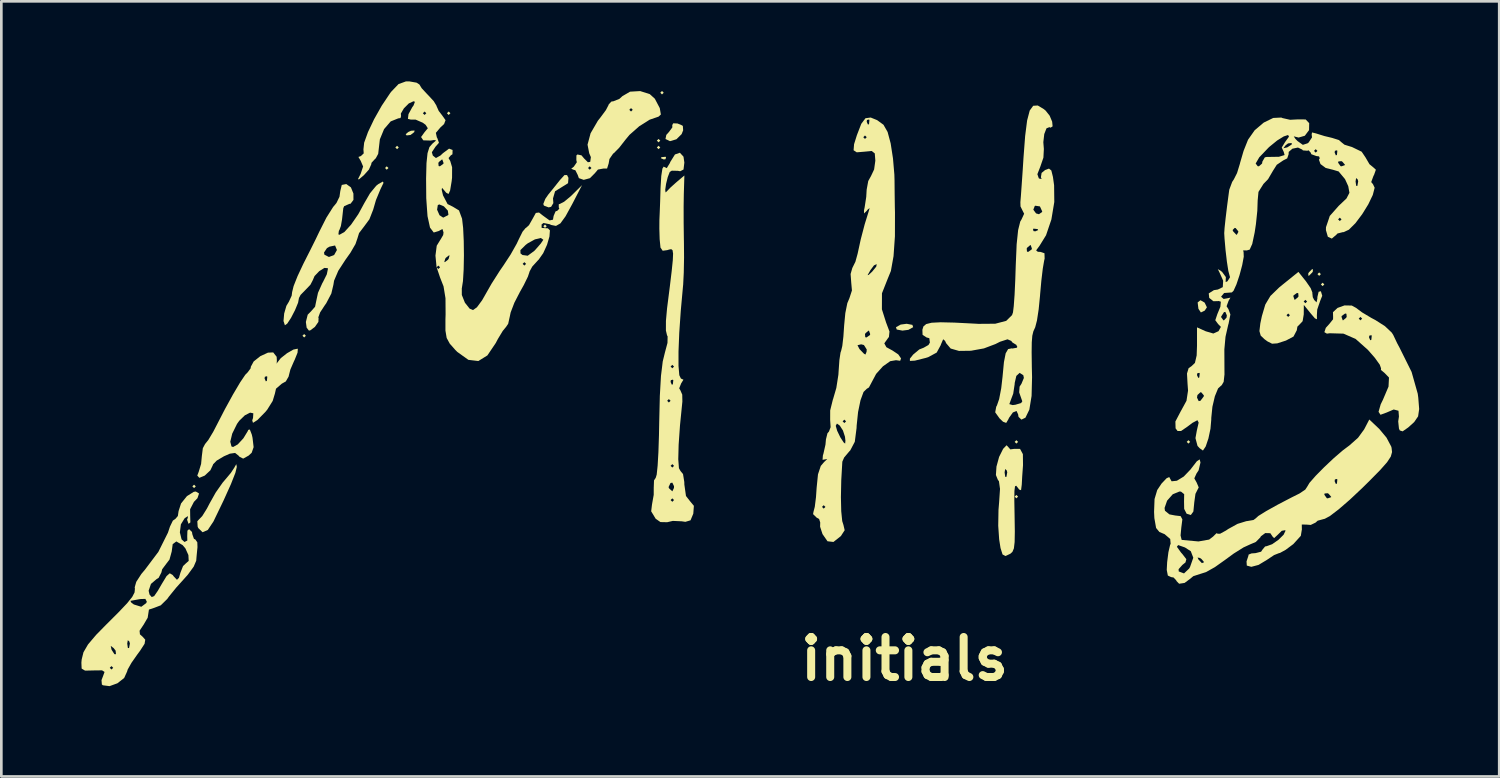
<source format=kicad_pcb>
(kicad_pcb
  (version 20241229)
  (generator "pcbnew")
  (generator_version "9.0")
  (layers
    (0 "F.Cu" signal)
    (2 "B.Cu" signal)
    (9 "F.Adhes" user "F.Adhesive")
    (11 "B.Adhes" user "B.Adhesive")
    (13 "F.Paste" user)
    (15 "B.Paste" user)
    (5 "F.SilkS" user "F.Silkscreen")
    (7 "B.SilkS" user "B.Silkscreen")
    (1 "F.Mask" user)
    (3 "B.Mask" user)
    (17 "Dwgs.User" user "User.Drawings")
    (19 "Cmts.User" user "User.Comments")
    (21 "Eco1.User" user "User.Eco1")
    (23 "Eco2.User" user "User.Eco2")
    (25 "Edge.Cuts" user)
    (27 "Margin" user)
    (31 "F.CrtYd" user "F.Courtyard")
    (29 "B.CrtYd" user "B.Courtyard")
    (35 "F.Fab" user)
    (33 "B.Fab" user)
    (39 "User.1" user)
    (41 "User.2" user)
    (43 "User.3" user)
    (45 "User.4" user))
  (footprint "initials"
    (layer "F.Cu")
    (at 30.847 11.392)
    (property "Reference" "initials" (at 0 10.25 0) (layer "F.SilkS") (effects (font (size 1.5 1.5) (thickness 0.3))))
    (attr board_only exclude_from_pos_files exclude_from_bom)
    (fp_poly (pts (xy -26.56 3.784) (xy -26.625 3.848) (xy -26.689 3.784) (xy -26.625 3.72)) (stroke (width 0) (type solid)) (fill yes) (layer "F.SilkS"))
    (fp_poly (pts (xy -22.435 -1.86) (xy -22.499 -1.796) (xy -22.563 -1.86) (xy -22.499 -1.924)) (stroke (width 0) (type solid)) (fill yes) (layer "F.SilkS"))
    (fp_poly (pts (xy -19.34 -8.146) (xy -19.405 -8.082) (xy -19.469 -8.146) (xy -19.405 -8.21)) (stroke (width 0) (type solid)) (fill yes) (layer "F.SilkS"))
    (fp_poly (pts (xy -18.953 -8.916) (xy -19.018 -8.852) (xy -19.082 -8.916) (xy -19.018 -8.98)) (stroke (width 0) (type solid)) (fill yes) (layer "F.SilkS"))
    (fp_poly (pts (xy -17.019 -10.198) (xy -17.084 -10.134) (xy -17.148 -10.198) (xy -17.084 -10.263)) (stroke (width 0) (type solid)) (fill yes) (layer "F.SilkS"))
    (fp_poly (pts (xy -13.409 -5.965) (xy -13.474 -5.901) (xy -13.538 -5.965) (xy -13.474 -6.029)) (stroke (width 0) (type solid)) (fill yes) (layer "F.SilkS"))
    (fp_poly (pts (xy -9.154 -9.172) (xy -9.219 -9.108) (xy -9.283 -9.172) (xy -9.219 -9.236)) (stroke (width 0) (type solid)) (fill yes) (layer "F.SilkS"))
    (fp_poly (pts (xy -9.154 -8.916) (xy -9.219 -8.852) (xy -9.283 -8.916) (xy -9.219 -8.98)) (stroke (width 0) (type solid)) (fill yes) (layer "F.SilkS"))
    (fp_poly (pts (xy -9.025 -10.968) (xy -9.09 -10.904) (xy -9.154 -10.968) (xy -9.09 -11.032)) (stroke (width 0) (type solid)) (fill yes) (layer "F.SilkS"))
    (fp_poly (pts (xy 4.255 2.117) (xy 4.19 2.181) (xy 4.126 2.117) (xy 4.19 2.053)) (stroke (width 0) (type solid)) (fill yes) (layer "F.SilkS"))
    (fp_poly (pts (xy 4.255 4.169) (xy 4.19 4.233) (xy 4.126 4.169) (xy 4.19 4.105)) (stroke (width 0) (type solid)) (fill yes) (layer "F.SilkS"))
    (fp_poly (pts (xy 10.702 2.117) (xy 10.637 2.181) (xy 10.573 2.117) (xy 10.637 2.053)) (stroke (width 0) (type solid)) (fill yes) (layer "F.SilkS"))
    (fp_poly (pts (xy 15.601 -4.169) (xy 15.537 -4.105) (xy 15.472 -4.169) (xy 15.537 -4.233)) (stroke (width 0) (type solid)) (fill yes) (layer "F.SilkS"))
    (fp_poly (pts (xy 15.73 -3.784) (xy 15.665 -3.72) (xy 15.601 -3.784) (xy 15.665 -3.848)) (stroke (width 0) (type solid)) (fill yes) (layer "F.SilkS"))
    (fp_poly (pts (xy -8.939 -8.552) (xy -8.957 -8.476) (xy -9.025 -8.467) (xy -9.132 -8.514) (xy -9.111 -8.552) (xy -8.958 -8.568)) (stroke (width 0) (type solid)) (fill yes) (layer "F.SilkS"))
    (fp_poly (pts (xy -18.374 -9.491) (xy -18.512 -9.385) (xy -18.66 -9.367) (xy -18.695 -9.415) (xy -18.594 -9.497) (xy -18.495 -9.542) (xy -18.362 -9.551)) (stroke (width 0) (type solid)) (fill yes) (layer "F.SilkS"))
    (fp_poly (pts (xy 11.245 -3.102) (xy 11.33 -2.926) (xy 11.247 -2.801) (xy 11.104 -2.733) (xy 11.012 -2.87) (xy 10.983 -3.109) (xy 11.089 -3.192)) (stroke (width 0) (type solid)) (fill yes) (layer "F.SilkS"))
    (fp_poly (pts (xy 0.294 -2.268) (xy 0.322 -2.181) (xy 0.145 -2.082) (xy -0.08 -2.053) (xy -0.294 -2.094) (xy -0.322 -2.181) (xy -0.145 -2.279) (xy 0.08 -2.309)) (stroke (width 0) (type solid)) (fill yes) (layer "F.SilkS"))
    (fp_poly (pts (xy 15.303 -4.279) (xy 15.279 -4.233) (xy 15.157 -4.111) (xy 15.135 -4.105) (xy 15.126 -4.188) (xy 15.15 -4.233) (xy 15.271 -4.356) (xy 15.294 -4.362)) (stroke (width 0) (type solid)) (fill yes) (layer "F.SilkS"))
    (fp_poly (pts (xy -8.509 -9.815) (xy -8.336 -9.743) (xy -8.308 -9.72) (xy -8.297 -9.559) (xy -8.354 -9.416) (xy -8.55 -9.223) (xy -8.789 -9.152) (xy -8.959 -9.233) (xy -8.928 -9.387) (xy -8.832 -9.493) (xy -8.702 -9.668) (xy -8.705 -9.753) (xy -8.67 -9.821)) (stroke (width 0) (type solid)) (fill yes) (layer "F.SilkS"))
    (fp_poly (pts (xy -12.595 -7.777) (xy -12.61 -7.577) (xy -12.831 -7.439) (xy -13.096 -7.275) (xy -13.174 -7.007) (xy -13.161 -6.831) (xy -13.245 -6.691) (xy -13.339 -6.671) (xy -13.514 -6.737) (xy -13.538 -6.798) (xy -13.463 -6.989) (xy -13.352 -7.15) (xy -13.13 -7.423) (xy -12.922 -7.685) (xy -12.745 -7.881) (xy -12.648 -7.882)) (stroke (width 0) (type solid)) (fill yes) (layer "F.SilkS"))
    (fp_poly (pts (xy -25.023 3.055) (xy -25.077 3.278) (xy -25.246 3.707) (xy -25.523 4.321) (xy -25.898 5.099) (xy -26.111 5.419) (xy -26.307 5.503) (xy -26.467 5.346) (xy -26.49 5.294) (xy -26.503 5.091) (xy -26.446 5.029) (xy -26.318 4.897) (xy -26.14 4.61) (xy -26.047 4.431) (xy -25.813 4.014) (xy -25.552 3.642) (xy -25.473 3.549) (xy -25.245 3.278) (xy -25.105 3.064) (xy -25.101 3.054) (xy -25.042 2.952)) (stroke (width 0) (type solid)) (fill yes) (layer "F.SilkS"))
    (fp_poly (pts (xy 3.868 2.289) (xy 3.963 2.398) (xy 4.111 2.378) (xy 4.328 2.38) (xy 4.434 2.576) (xy 4.439 2.99) (xy 4.437 3.015) (xy 4.408 3.418) (xy 4.392 3.72) (xy 4.365 3.927) (xy 4.292 3.902) (xy 4.255 3.848) (xy 4.183 3.759) (xy 4.139 3.782) (xy 4.117 3.954) (xy 4.113 4.312) (xy 4.123 4.875) (xy 4.132 5.476) (xy 4.125 5.87) (xy 4.097 6.108) (xy 4.041 6.24) (xy 3.964 6.309) (xy 3.783 6.394) (xy 3.672 6.336) (xy 3.596 6.094) (xy 3.545 5.771) (xy 3.51 5.258) (xy 3.52 4.668) (xy 3.544 4.374) (xy 3.577 3.879) (xy 3.537 3.592) (xy 3.496 3.537) (xy 3.423 3.359) (xy 3.43 3.261) (xy 3.749 3.261) (xy 3.773 3.427) (xy 3.817 3.429) (xy 3.848 3.257) (xy 3.827 3.183) (xy 3.77 3.134) (xy 3.749 3.261) (xy 3.43 3.261) (xy 3.444 3.043) (xy 3.543 2.68) (xy 3.694 2.377) (xy 3.823 2.243)) (stroke (width 0) (type solid)) (fill yes) (layer "F.SilkS"))
    (fp_poly (pts (xy -9.548 -10.915) (xy -9.359 -10.744) (xy -9.173 -10.391) (xy -9.132 -10.151) (xy -9.219 -10.071) (xy -9.552 -9.957) (xy -9.947 -9.707) (xy -10.308 -9.388) (xy -10.459 -9.206) (xy -10.69 -8.91) (xy -10.889 -8.707) (xy -10.921 -8.685) (xy -11.059 -8.484) (xy -11.088 -8.318) (xy -11.148 -8.126) (xy -11.28 -8.127) (xy -11.49 -8.088) (xy -11.607 -7.949) (xy -11.791 -7.765) (xy -12.023 -7.702) (xy -12.204 -7.766) (xy -12.249 -7.889) (xy -12.335 -8.061) (xy -12.41 -8.084) (xy -12.491 -8.119) (xy -12.457 -8.146) (xy -11.862 -8.146) (xy -11.797 -8.082) (xy -11.733 -8.146) (xy -11.797 -8.21) (xy -11.862 -8.146) (xy -12.457 -8.146) (xy -12.393 -8.198) (xy -12.281 -8.362) (xy -12.299 -8.443) (xy -12.297 -8.617) (xy -12.259 -8.653) (xy -12.107 -8.621) (xy -12.008 -8.503) (xy -11.866 -8.362) (xy -11.779 -8.378) (xy -11.755 -8.554) (xy -11.816 -8.697) (xy -11.88 -9.021) (xy -11.766 -9.448) (xy -11.493 -9.917) (xy -11.39 -10.048) (xy -11.191 -10.317) (xy -11.186 -10.327) (xy -10.315 -10.327) (xy -10.25 -10.263) (xy -10.186 -10.327) (xy -10.25 -10.391) (xy -10.315 -10.327) (xy -11.186 -10.327) (xy -11.091 -10.51) (xy -11.088 -10.529) (xy -10.985 -10.637) (xy -10.911 -10.647) (xy -10.685 -10.738) (xy -10.573 -10.84) (xy -10.286 -11.007) (xy -9.907 -11.029)) (stroke (width 0) (type solid)) (fill yes) (layer "F.SilkS"))
    (fp_poly (pts (xy 15.043 -3.898) (xy 15.219 -3.643) (xy 15.283 -3.478) (xy 15.28 -3.465) (xy 15.297 -3.305) (xy 15.35 -3.201) (xy 15.439 -3.112) (xy 15.469 -3.253) (xy 15.47 -3.311) (xy 15.517 -3.509) (xy 15.601 -3.528) (xy 15.652 -3.358) (xy 15.575 -3.167) (xy 15.464 -2.843) (xy 15.451 -2.63) (xy 15.454 -2.478) (xy 15.378 -2.512) (xy 15.222 -2.694) (xy 14.962 -3.015) (xy 14.959 -2.662) (xy 14.917 -2.406) (xy 14.827 -2.309) (xy 14.721 -2.202) (xy 14.698 -2.065) (xy 14.575 -1.83) (xy 14.292 -1.68) (xy 13.966 -1.575) (xy 13.772 -1.562) (xy 13.599 -1.649) (xy 13.485 -1.733) (xy 13.346 -1.866) (xy 13.298 -2.035) (xy 13.332 -2.323) (xy 13.39 -2.595) (xy 13.4 -2.63) (xy 14.312 -2.63) (xy 14.376 -2.566) (xy 14.441 -2.63) (xy 14.376 -2.694) (xy 14.312 -2.63) (xy 13.4 -2.63) (xy 13.518 -3.029) (xy 13.585 -3.143) (xy 14.956 -3.143) (xy 15.021 -3.079) (xy 15.085 -3.143) (xy 15.021 -3.207) (xy 14.956 -3.143) (xy 13.585 -3.143) (xy 13.7 -3.335) (xy 14.57 -3.335) (xy 14.614 -3.21) (xy 14.626 -3.207) (xy 14.736 -3.297) (xy 14.763 -3.335) (xy 14.753 -3.454) (xy 14.706 -3.464) (xy 14.575 -3.371) (xy 14.57 -3.335) (xy 13.7 -3.335) (xy 13.71 -3.352) (xy 14.038 -3.67) (xy 14.15 -3.762) (xy 14.759 -4.253)) (stroke (width 0) (type solid)) (fill yes) (layer "F.SilkS"))
    (fp_poly (pts (xy 16.759 -2.992) (xy 16.917 -2.906) (xy 17.141 -2.738) (xy 17.489 -2.53) (xy 17.645 -2.447) (xy 18 -2.221) (xy 18.258 -1.976) (xy 18.314 -1.887) (xy 18.461 -1.577) (xy 18.55 -1.411) (xy 19 -0.505) (xy 19.231 0.313) (xy 19.25 0.456) (xy 19.284 0.886) (xy 19.244 1.16) (xy 19.097 1.375) (xy 18.873 1.577) (xy 18.665 1.722) (xy 18.559 1.689) (xy 18.527 1.621) (xy 18.499 1.349) (xy 18.526 1.167) (xy 18.509 0.95) (xy 18.33 0.903) (xy 18.057 1.02) (xy 17.835 1.101) (xy 17.762 0.99) (xy 17.843 0.708) (xy 17.925 0.541) (xy 18.136 0.045) (xy 18.153 -0.294) (xy 17.987 -0.466) (xy 17.851 -0.58) (xy 17.856 -0.639) (xy 17.807 -0.777) (xy 17.619 -1.038) (xy 17.363 -1.331) (xy 16.901 -1.742) (xy 16.776 -1.796) (xy 17.406 -1.796) (xy 17.453 -1.69) (xy 17.492 -1.71) (xy 17.507 -1.863) (xy 17.492 -1.881) (xy 17.415 -1.864) (xy 17.406 -1.796) (xy 16.776 -1.796) (xy 16.449 -1.939) (xy 15.933 -1.954) (xy 15.827 -1.939) (xy 15.732 -1.994) (xy 15.785 -2.156) (xy 15.922 -2.308) (xy 16.057 -2.477) (xy 16.059 -2.554) (xy 16.059 -2.566) (xy 16.375 -2.566) (xy 16.419 -2.441) (xy 16.431 -2.437) (xy 16.51 -2.502) (xy 17.019 -2.502) (xy 17.084 -2.437) (xy 17.148 -2.502) (xy 17.084 -2.566) (xy 17.019 -2.502) (xy 16.51 -2.502) (xy 16.542 -2.527) (xy 16.568 -2.566) (xy 16.558 -2.684) (xy 16.511 -2.694) (xy 16.38 -2.601) (xy 16.375 -2.566) (xy 16.059 -2.566) (xy 16.054 -2.744) (xy 16.224 -2.903) (xy 16.487 -2.997)) (stroke (width 0) (type solid)) (fill yes) (layer "F.SilkS"))
    (fp_poly (pts (xy -22.736 -1.369) (xy -22.747 -1.226) (xy -22.855 -0.957) (xy -22.876 -0.916) (xy -23.016 -0.594) (xy -23.079 -0.345) (xy -23.079 -0.336) (xy -23.187 -0.148) (xy -23.337 -0.064) (xy -23.554 0.124) (xy -23.595 0.306) (xy -23.678 0.582) (xy -23.885 0.913) (xy -23.961 1.003) (xy -24.251 1.298) (xy -24.417 1.403) (xy -24.445 1.311) (xy -24.415 1.219) (xy -24.404 1.046) (xy -24.525 1.021) (xy -24.722 1.122) (xy -24.932 1.326) (xy -25.015 1.443) (xy -25.195 1.808) (xy -25.268 2.111) (xy -25.223 2.288) (xy -25.162 2.309) (xy -24.987 2.211) (xy -24.776 1.982) (xy -24.615 1.718) (xy -24.595 1.668) (xy -24.535 1.653) (xy -24.46 1.846) (xy -24.434 1.963) (xy -24.393 2.314) (xy -24.466 2.525) (xy -24.579 2.63) (xy -24.784 2.744) (xy -24.923 2.674) (xy -24.956 2.634) (xy -25.087 2.531) (xy -25.283 2.559) (xy -25.504 2.656) (xy -25.777 2.818) (xy -25.913 2.959) (xy -25.916 2.976) (xy -26.013 3.181) (xy -26.226 3.381) (xy -26.427 3.464) (xy -26.504 3.38) (xy -26.451 3.239) (xy -26.361 2.943) (xy -26.333 2.647) (xy -26.296 2.354) (xy -26.213 2.198) (xy -26.089 2.043) (xy -25.907 1.739) (xy -25.803 1.539) (xy -25.474 0.901) (xy -25.165 0.338) (xy -24.9 -0.11) (xy -24.801 -0.257) (xy -23.982 -0.257) (xy -23.935 -0.151) (xy -23.896 -0.171) (xy -23.88 -0.323) (xy -23.896 -0.342) (xy -23.972 -0.324) (xy -23.982 -0.257) (xy -24.801 -0.257) (xy -24.704 -0.4) (xy -24.613 -0.492) (xy -24.505 -0.639) (xy -24.497 -0.701) (xy -24.391 -0.897) (xy -24.142 -1.095) (xy -23.856 -1.227) (xy -23.659 -1.236) (xy -23.53 -1.073) (xy -23.522 -0.938) (xy -23.529 -0.812) (xy -23.504 -0.856) (xy -23.374 -1.022) (xy -23.142 -1.205) (xy -22.901 -1.343) (xy -22.745 -1.375)) (stroke (width 0) (type solid)) (fill yes) (layer "F.SilkS"))
    (fp_poly (pts (xy -19.526 -7.588) (xy -19.641 -7.349) (xy -19.808 -6.946) (xy -19.912 -6.588) (xy -20.054 -6.225) (xy -20.25 -5.959) (xy -20.442 -5.707) (xy -20.501 -5.515) (xy -20.575 -5.298) (xy -20.767 -4.968) (xy -20.952 -4.708) (xy -21.22 -4.295) (xy -21.379 -3.922) (xy -21.403 -3.772) (xy -21.481 -3.442) (xy -21.673 -3.076) (xy -21.72 -3.011) (xy -21.901 -2.735) (xy -21.969 -2.549) (xy -21.959 -2.52) (xy -21.966 -2.379) (xy -22.097 -2.191) (xy -22.269 -2.063) (xy -22.321 -2.053) (xy -22.406 -2.163) (xy -22.435 -2.377) (xy -22.366 -2.65) (xy -22.241 -2.776) (xy -22.09 -2.948) (xy -22.048 -3.154) (xy -21.981 -3.468) (xy -21.819 -3.831) (xy -21.797 -3.868) (xy -21.65 -4.163) (xy -21.608 -4.369) (xy -21.616 -4.393) (xy -21.741 -4.402) (xy -21.935 -4.28) (xy -22.11 -4.097) (xy -22.177 -3.94) (xy -22.265 -3.771) (xy -22.443 -3.585) (xy -22.633 -3.391) (xy -22.693 -3.278) (xy -22.727 -3.098) (xy -22.841 -2.821) (xy -22.991 -2.531) (xy -23.134 -2.314) (xy -23.221 -2.253) (xy -23.273 -2.412) (xy -23.248 -2.694) (xy -23.165 -2.981) (xy -23.071 -3.137) (xy -22.967 -3.361) (xy -22.95 -3.496) (xy -22.894 -3.723) (xy -22.745 -4.098) (xy -22.535 -4.545) (xy -22.511 -4.593) (xy -22.316 -4.978) (xy -21.756 -4.978) (xy -21.738 -4.895) (xy -21.571 -4.812) (xy -21.376 -4.886) (xy -21.274 -5.068) (xy -21.274 -5.081) (xy -21.341 -5.243) (xy -21.55 -5.199) (xy -21.645 -5.144) (xy -21.756 -4.978) (xy -22.316 -4.978) (xy -22.273 -5.062) (xy -22.065 -5.481) (xy -21.93 -5.763) (xy -21.925 -5.773) (xy -21.667 -6.284) (xy -21.414 -6.685) (xy -21.289 -6.835) (xy -21.175 -7.07) (xy -21.145 -7.283) (xy -21.09 -7.512) (xy -20.92 -7.545) (xy -20.746 -7.419) (xy -20.653 -7.188) (xy -20.652 -6.951) (xy -20.759 -6.809) (xy -20.814 -6.799) (xy -21.001 -6.715) (xy -21.033 -6.639) (xy -21.08 -6.217) (xy -21.123 -5.972) (xy -21.177 -5.828) (xy -21.199 -5.79) (xy -21.216 -5.659) (xy -21.176 -5.644) (xy -20.989 -5.75) (xy -20.738 -6.028) (xy -20.47 -6.417) (xy -20.244 -6.832) (xy -20.031 -7.2) (xy -19.801 -7.479) (xy -19.722 -7.542) (xy -19.548 -7.639)) (stroke (width 0) (type solid)) (fill yes) (layer "F.SilkS"))
    (fp_poly (pts (xy -8.284 -8.571) (xy -8.252 -8.35) (xy -8.283 -8.09) (xy -8.407 -8.025) (xy -8.495 -8.041) (xy -8.723 -8.046) (xy -8.8 -7.997) (xy -8.875 -7.803) (xy -8.937 -7.551) (xy -8.969 -7.331) (xy -8.956 -7.232) (xy -8.933 -7.248) (xy -8.765 -7.421) (xy -8.542 -7.621) (xy -8.251 -7.866) (xy -8.272 -7.172) (xy -8.279 -6.699) (xy -8.278 -6.091) (xy -8.27 -5.469) (xy -8.268 -5.388) (xy -8.263 -4.796) (xy -8.274 -4.224) (xy -8.296 -3.779) (xy -8.302 -3.72) (xy -8.386 -2.796) (xy -8.443 -1.969) (xy -8.471 -1.27) (xy -8.471 -0.73) (xy -8.441 -0.382) (xy -8.381 -0.257) (xy -8.38 -0.257) (xy -8.286 -0.213) (xy -8.371 -0.076) (xy -8.446 0.11) (xy -8.404 0.178) (xy -8.331 0.345) (xy -8.326 0.606) (xy -8.415 1.495) (xy -8.466 2.223) (xy -8.48 2.767) (xy -8.455 3.103) (xy -8.397 3.207) (xy -8.302 3.322) (xy -8.254 3.619) (xy -8.252 3.714) (xy -8.191 4.145) (xy -8.04 4.338) (xy -7.895 4.513) (xy -7.917 4.808) (xy -8.021 5.056) (xy -8.213 5.113) (xy -8.353 5.093) (xy -8.684 5.078) (xy -8.895 5.127) (xy -9.148 5.122) (xy -9.327 4.997) (xy -9.495 4.719) (xy -9.465 4.468) (xy -9.435 4.297) (xy -8.768 4.297) (xy -8.703 4.362) (xy -8.639 4.297) (xy -8.703 4.233) (xy -8.768 4.297) (xy -9.435 4.297) (xy -9.4 4.103) (xy -9.399 3.816) (xy -9.398 3.811) (xy -8.844 3.811) (xy -8.826 3.857) (xy -8.702 3.971) (xy -8.641 3.842) (xy -8.639 3.777) (xy -8.702 3.645) (xy -8.77 3.657) (xy -8.844 3.811) (xy -9.398 3.811) (xy -9.389 3.561) (xy -9.325 3.463) (xy -9.288 3.342) (xy -9.254 3.015) (xy -8.768 3.015) (xy -8.703 3.079) (xy -8.639 3.015) (xy -8.703 2.951) (xy -8.768 3.015) (xy -9.254 3.015) (xy -9.253 3.006) (xy -9.224 2.5) (xy -9.203 1.864) (xy -9.194 1.378) (xy -9.175 0.577) (xy -8.896 0.577) (xy -8.832 0.641) (xy -8.768 0.577) (xy -8.832 0.513) (xy -8.896 0.577) (xy -9.175 0.577) (xy -9.171 0.395) (xy -9.141 -0.128) (xy -8.768 -0.128) (xy -8.72 -0.023) (xy -8.682 -0.043) (xy -8.666 -0.195) (xy -8.682 -0.214) (xy -8.758 -0.196) (xy -8.768 -0.128) (xy -9.141 -0.128) (xy -9.128 -0.356) (xy -9.085 -0.706) (xy -8.768 -0.706) (xy -8.703 -0.641) (xy -8.639 -0.706) (xy -8.703 -0.77) (xy -8.768 -0.706) (xy -9.085 -0.706) (xy -9.062 -0.898) (xy -8.979 -1.236) (xy -8.884 -1.592) (xy -8.879 -1.835) (xy -8.901 -1.878) (xy -8.943 -2.056) (xy -8.942 -2.417) (xy -8.9 -2.887) (xy -8.797 -3.698) (xy -8.726 -4.288) (xy -8.685 -4.69) (xy -8.674 -4.938) (xy -8.694 -5.065) (xy -8.744 -5.105) (xy -8.825 -5.09) (xy -8.891 -5.069) (xy -9.064 -5.046) (xy -9.146 -5.164) (xy -9.177 -5.475) (xy -9.189 -5.871) (xy -9.187 -6.192) (xy -9.186 -6.222) (xy -9.175 -6.474) (xy -9.159 -6.894) (xy -9.144 -7.393) (xy -9.143 -7.416) (xy -9.117 -7.847) (xy -9.074 -8.125) (xy -9.023 -8.202) (xy -9.013 -8.19) (xy -8.911 -8.142) (xy -8.794 -8.333) (xy -8.778 -8.375) (xy -8.604 -8.654) (xy -8.419 -8.718)) (stroke (width 0) (type solid)) (fill yes) (layer "F.SilkS"))
    (fp_poly (pts (xy -26.438 4.051) (xy -26.497 4.226) (xy -26.63 4.365) (xy -26.773 4.641) (xy -26.77 4.895) (xy -26.763 5.133) (xy -26.83 5.188) (xy -26.832 5.187) (xy -26.887 5.032) (xy -26.86 4.962) (xy -26.856 4.898) (xy -26.979 4.98) (xy -27.119 5.208) (xy -27.157 5.508) (xy -27.093 5.769) (xy -26.983 5.868) (xy -26.877 5.814) (xy -26.881 5.653) (xy -26.874 5.443) (xy -26.811 5.388) (xy -26.703 5.492) (xy -26.689 5.58) (xy -26.629 5.751) (xy -26.578 5.773) (xy -26.503 5.88) (xy -26.497 6.061) (xy -26.53 6.399) (xy -26.544 6.57) (xy -26.638 6.791) (xy -26.858 7.093) (xy -26.979 7.229) (xy -27.293 7.577) (xy -27.567 7.915) (xy -27.63 8.003) (xy -27.872 8.241) (xy -28.124 8.338) (xy -28.316 8.401) (xy -28.331 8.499) (xy -28.363 8.706) (xy -28.514 8.965) (xy -28.667 9.194) (xy -28.653 9.329) (xy -28.554 9.417) (xy -28.454 9.529) (xy -28.479 9.683) (xy -28.647 9.943) (xy -28.743 10.072) (xy -28.97 10.395) (xy -29.112 10.647) (xy -29.135 10.724) (xy -29.244 10.964) (xy -29.495 11.162) (xy -29.792 11.27) (xy -30.041 11.238) (xy -30.08 11.208) (xy -30.093 11.045) (xy -30.034 10.89) (xy -29.979 10.738) (xy -30.072 10.678) (xy -30.367 10.681) (xy -30.393 10.682) (xy -30.709 10.689) (xy -30.837 10.613) (xy -30.839 10.583) (xy -29.784 10.583) (xy -29.719 10.647) (xy -29.655 10.583) (xy -29.719 10.519) (xy -29.784 10.583) (xy -30.839 10.583) (xy -30.847 10.389) (xy -30.836 10.269) (xy -30.769 10) (xy -30.631 9.763) (xy -29.747 9.763) (xy -29.72 9.891) (xy -29.711 9.915) (xy -29.609 10.072) (xy -29.551 10.074) (xy -29.565 9.938) (xy -29.639 9.844) (xy -29.747 9.763) (xy -30.631 9.763) (xy -30.601 9.711) (xy -30.571 9.675) (xy -29.129 9.675) (xy -29.105 9.841) (xy -29.061 9.843) (xy -29.03 9.671) (xy -29.051 9.597) (xy -29.108 9.549) (xy -29.129 9.675) (xy -30.571 9.675) (xy -30.296 9.35) (xy -29.933 8.98) (xy -29.454 8.502) (xy -29.133 8.164) (xy -29.061 8.074) (xy -29.01 8.074) (xy -28.977 8.139) (xy -28.881 8.21) (xy -28.602 8.296) (xy -28.417 8.158) (xy -28.395 8.105) (xy -28.45 8) (xy -28.645 8.007) (xy -28.904 8.055) (xy -29.01 8.074) (xy -29.061 8.074) (xy -28.943 7.928) (xy -28.855 7.759) (xy -28.848 7.695) (xy -28.327 7.695) (xy -28.294 7.837) (xy -28.211 7.932) (xy -28.12 7.896) (xy -27.98 7.692) (xy -27.837 7.445) (xy -27.654 7.144) (xy -27.535 7.041) (xy -27.429 7.103) (xy -27.388 7.156) (xy -27.266 7.285) (xy -27.191 7.211) (xy -27.137 7.023) (xy -27.037 6.769) (xy -26.933 6.671) (xy -26.826 6.577) (xy -26.837 6.358) (xy -26.95 6.107) (xy -27.054 5.985) (xy -27.289 5.848) (xy -27.425 5.948) (xy -27.463 6.227) (xy -27.546 6.528) (xy -27.656 6.671) (xy -27.82 6.891) (xy -27.85 7.011) (xy -27.953 7.213) (xy -28.033 7.262) (xy -28.24 7.439) (xy -28.327 7.695) (xy -28.848 7.695) (xy -28.841 7.619) (xy -28.849 7.566) (xy -28.791 7.362) (xy -28.6 7.067) (xy -28.466 6.907) (xy -27.962 6.237) (xy -27.603 5.518) (xy -27.528 5.292) (xy -27.419 5.067) (xy -27.325 5.003) (xy -27.232 4.894) (xy -27.205 4.711) (xy -27.112 4.424) (xy -26.892 4.15) (xy -26.634 3.988) (xy -26.559 3.977)) (stroke (width 0) (type solid)) (fill yes) (layer "F.SilkS"))
    (fp_poly (pts (xy 5.218 -10.353) (xy 5.285 -10.298) (xy 5.437 -10.107) (xy 5.531 -9.883) (xy 5.548 -9.707) (xy 5.471 -9.657) (xy 5.429 -9.677) (xy 5.319 -9.634) (xy 5.235 -9.419) (xy 5.2 -9.113) (xy 5.22 -8.859) (xy 5.203 -8.534) (xy 5.089 -8.202) (xy 4.977 -7.914) (xy 5.03 -7.762) (xy 5.049 -7.749) (xy 5.137 -7.734) (xy 5.109 -7.799) (xy 5.135 -7.961) (xy 5.268 -8.072) (xy 5.412 -8.124) (xy 5.5 -8.054) (xy 5.56 -7.813) (xy 5.604 -7.499) (xy 5.611 -6.873) (xy 5.502 -6.217) (xy 5.302 -5.627) (xy 5.056 -5.228) (xy 4.93 -5.059) (xy 4.995 -5.006) (xy 5.087 -5.003) (xy 5.243 -4.952) (xy 5.249 -4.753) (xy 5.23 -4.669) (xy 5.18 -4.379) (xy 5.126 -3.925) (xy 5.079 -3.403) (xy 5.076 -3.356) (xy 5.026 -2.854) (xy 4.962 -2.433) (xy 4.895 -2.175) (xy 4.887 -2.158) (xy 4.826 -2.024) (xy 4.787 -1.861) (xy 4.767 -1.617) (xy 4.762 -1.243) (xy 4.769 -0.689) (xy 4.778 -0.309) (xy 4.76 0.395) (xy 4.676 0.909) (xy 4.53 1.21) (xy 4.379 1.283) (xy 4.27 1.178) (xy 4.255 1.083) (xy 4.195 0.958) (xy 4.059 1.014) (xy 3.914 1.217) (xy 3.891 1.269) (xy 3.809 1.406) (xy 3.69 1.362) (xy 3.559 1.236) (xy 3.397 1.009) (xy 3.435 0.799) (xy 3.46 0.756) (xy 3.479 0.702) (xy 3.926 0.702) (xy 4.049 0.738) (xy 4.154 0.725) (xy 4.367 0.661) (xy 4.412 0.598) (xy 4.295 0.262) (xy 4.311 0.046) (xy 4.38 -0.06) (xy 4.471 -0.279) (xy 4.45 -0.381) (xy 4.312 -0.47) (xy 4.188 -0.355) (xy 4.127 -0.087) (xy 4.126 -0.048) (xy 4.072 0.31) (xy 3.992 0.521) (xy 3.926 0.702) (xy 3.479 0.702) (xy 3.545 0.511) (xy 3.623 0.103) (xy 3.672 -0.326) (xy 3.724 -0.872) (xy 3.789 -1.202) (xy 3.881 -1.36) (xy 4.014 -1.388) (xy 4.043 -1.382) (xy 4.206 -1.411) (xy 4.226 -1.443) (xy 4.181 -1.529) (xy 4.173 -1.528) (xy 4.04 -1.61) (xy 3.998 -1.667) (xy 3.858 -1.727) (xy 3.578 -1.636) (xy 3.405 -1.549) (xy 2.974 -1.386) (xy 2.486 -1.298) (xy 2.038 -1.292) (xy 1.728 -1.381) (xy 1.558 -1.581) (xy 1.518 -1.668) (xy 1.447 -1.73) (xy 1.365 -1.54) (xy 1.356 -1.51) (xy 1.204 -1.23) (xy 0.886 -1.058) (xy 0.792 -1.029) (xy 0.388 -0.928) (xy 0.2 -0.917) (xy 0.2 -1.003) (xy 0.322 -1.155) (xy 0.552 -1.347) (xy 0.715 -1.411) (xy 0.896 -1.514) (xy 0.949 -1.604) (xy 0.928 -1.769) (xy 0.825 -1.796) (xy 0.675 -1.895) (xy 0.668 -2.085) (xy 0.708 -2.212) (xy 0.811 -2.298) (xy 1.013 -2.348) (xy 1.353 -2.365) (xy 1.868 -2.353) (xy 2.595 -2.316) (xy 2.772 -2.306) (xy 3.399 -2.311) (xy 3.809 -2.418) (xy 4.028 -2.634) (xy 4.063 -2.735) (xy 4.092 -2.971) (xy 4.123 -3.401) (xy 4.149 -3.96) (xy 4.167 -4.511) (xy 4.194 -5.131) (xy 4.577 -5.131) (xy 4.587 -5.013) (xy 4.634 -5.003) (xy 4.765 -5.096) (xy 4.771 -5.131) (xy 4.727 -5.256) (xy 4.714 -5.26) (xy 4.604 -5.17) (xy 4.577 -5.131) (xy 4.194 -5.131) (xy 4.2 -5.284) (xy 4.256 -5.821) (xy 4.265 -5.858) (xy 4.814 -5.858) (xy 4.831 -5.782) (xy 4.899 -5.773) (xy 5.006 -5.82) (xy 4.985 -5.858) (xy 4.832 -5.874) (xy 4.814 -5.858) (xy 4.265 -5.858) (xy 4.336 -6.141) (xy 4.383 -6.22) (xy 4.481 -6.432) (xy 4.436 -6.52) (xy 4.405 -6.584) (xy 4.825 -6.584) (xy 4.928 -6.445) (xy 5.036 -6.414) (xy 5.155 -6.5) (xy 5.157 -6.521) (xy 5.073 -6.707) (xy 4.899 -6.733) (xy 4.879 -6.722) (xy 4.825 -6.584) (xy 4.405 -6.584) (xy 4.345 -6.705) (xy 4.34 -6.863) (xy 4.359 -7.092) (xy 4.389 -7.513) (xy 4.427 -8.059) (xy 4.457 -8.531) (xy 4.519 -9.347) (xy 4.593 -9.929) (xy 4.69 -10.299) (xy 4.82 -10.478) (xy 4.992 -10.489)) (stroke (width 0) (type solid)) (fill yes) (layer "F.SilkS"))
    (fp_poly (pts (xy -1.028 -9.94) (xy -0.79 -9.767) (xy -0.635 -9.496) (xy -0.521 -9.07) (xy -0.434 -8.507) (xy -0.382 -7.898) (xy -0.376 -7.689) (xy -0.371 -7.174) (xy -0.364 -6.668) (xy -0.359 -6.478) (xy -0.361 -5.586) (xy -0.413 -4.844) (xy -0.512 -4.289) (xy -0.639 -3.977) (xy -0.847 -3.451) (xy -0.849 -2.851) (xy -0.693 -2.359) (xy -0.565 -2.019) (xy -0.586 -1.815) (xy -0.626 -1.763) (xy -0.759 -1.576) (xy -0.682 -1.432) (xy -0.451 -1.306) (xy -0.236 -1.162) (xy -0.132 -1.012) (xy -0.164 -0.922) (xy -0.321 -0.944) (xy -0.538 -0.907) (xy -0.811 -0.714) (xy -1.065 -0.431) (xy -1.224 -0.132) (xy -1.335 0.077) (xy -1.417 0.128) (xy -1.537 0.246) (xy -1.651 0.557) (xy -1.742 0.998) (xy -1.795 1.507) (xy -1.799 1.601) (xy -1.865 2.113) (xy -2.035 2.436) (xy -2.07 2.472) (xy -2.264 2.702) (xy -2.332 2.859) (xy -2.372 3.55) (xy -2.385 4.187) (xy -2.373 4.716) (xy -2.336 5.085) (xy -2.29 5.23) (xy -2.244 5.427) (xy -2.387 5.647) (xy -2.665 5.867) (xy -2.888 5.841) (xy -3.075 5.571) (xy -3.165 5.296) (xy -3.161 5.135) (xy -3.202 5.008) (xy -3.297 4.953) (xy -3.428 4.824) (xy -3.414 4.742) (xy -3.365 4.554) (xy -3.094 4.554) (xy -3.03 4.618) (xy -2.965 4.554) (xy -3.03 4.49) (xy -3.094 4.554) (xy -3.365 4.554) (xy -3.364 4.549) (xy -3.319 4.187) (xy -3.295 3.838) (xy -3.244 3.332) (xy -3.139 3.017) (xy -3.015 2.872) (xy -2.896 2.759) (xy -2.954 2.769) (xy -3.073 2.789) (xy -3.061 2.628) (xy -3.039 2.554) (xy -2.964 2.221) (xy -2.946 2.023) (xy -2.889 1.793) (xy -2.833 1.729) (xy -2.771 1.566) (xy -2.774 1.515) (xy -2.579 1.515) (xy -2.525 1.702) (xy -2.406 1.948) (xy -2.28 2.14) (xy -2.226 2.181) (xy -2.216 2.074) (xy -2.233 1.923) (xy -2.308 1.693) (xy -2.426 1.508) (xy -2.534 1.43) (xy -2.579 1.515) (xy -2.774 1.515) (xy -2.785 1.347) (xy -2.321 1.347) (xy -2.256 1.411) (xy -2.192 1.347) (xy -2.256 1.283) (xy -2.321 1.347) (xy -2.785 1.347) (xy -2.788 1.301) (xy -2.787 0.937) (xy -2.687 0.533) (xy -2.676 0.504) (xy -2.557 0.096) (xy -2.48 -0.397) (xy -2.469 -0.56) (xy -2.442 -0.949) (xy -2.4 -1.229) (xy -2.376 -1.298) (xy -2.333 -1.478) (xy -2.33 -1.506) (xy -1.764 -1.506) (xy -1.692 -1.366) (xy -1.676 -1.347) (xy -1.522 -1.188) (xy -1.467 -1.155) (xy -1.424 -1.259) (xy -1.418 -1.347) (xy -1.523 -1.513) (xy -1.627 -1.539) (xy -1.764 -1.506) (xy -2.33 -1.506) (xy -2.292 -1.833) (xy -2.286 -1.924) (xy -1.483 -1.924) (xy -1.473 -1.806) (xy -1.426 -1.796) (xy -1.295 -1.889) (xy -1.289 -1.924) (xy -1.333 -2.049) (xy -1.346 -2.053) (xy -1.456 -1.963) (xy -1.483 -1.924) (xy -2.286 -1.924) (xy -2.264 -2.246) (xy -2.22 -2.707) (xy -2.145 -3.081) (xy -2.067 -3.266) (xy -1.972 -3.557) (xy -1.998 -3.848) (xy -2.019 -4.131) (xy -1.386 -4.131) (xy -1.345 -4.141) (xy -1.215 -4.262) (xy -1.061 -4.45) (xy -1.044 -4.545) (xy -1.146 -4.497) (xy -1.276 -4.324) (xy -1.386 -4.131) (xy -2.019 -4.131) (xy -2.022 -4.174) (xy -1.958 -4.399) (xy -1.842 -4.633) (xy -1.758 -4.939) (xy -1.642 -5.472) (xy -1.493 -6.041) (xy -1.357 -6.478) (xy -1.309 -6.645) (xy -1.377 -6.593) (xy -1.417 -6.542) (xy -1.518 -6.443) (xy -1.521 -6.554) (xy -1.496 -6.671) (xy -1.436 -7.063) (xy -1.42 -7.335) (xy -1.361 -7.658) (xy -1.256 -7.848) (xy -1.141 -8.092) (xy -1.095 -8.421) (xy -1.116 -8.693) (xy -1.23 -8.784) (xy -1.515 -8.757) (xy -1.791 -8.734) (xy -1.91 -8.811) (xy -1.892 -9.038) (xy -1.81 -9.301) (xy -1.547 -9.301) (xy -1.483 -9.236) (xy -1.418 -9.301) (xy -1.483 -9.365) (xy -1.547 -9.301) (xy -1.81 -9.301) (xy -1.786 -9.378) (xy -1.622 -9.802) (xy -1.565 -9.878) (xy -1.418 -9.878) (xy -1.371 -9.772) (xy -1.332 -9.792) (xy -1.317 -9.944) (xy -1.332 -9.963) (xy -1.409 -9.946) (xy -1.418 -9.878) (xy -1.565 -9.878) (xy -1.465 -10.011) (xy -1.269 -10.038)) (stroke (width 0) (type solid)) (fill yes) (layer "F.SilkS"))
    (fp_poly (pts (xy 17.79 1.633) (xy 18.059 1.956) (xy 18.236 2.289) (xy 18.25 2.338) (xy 18.268 2.499) (xy 18.221 2.667) (xy 18.081 2.88) (xy 17.822 3.173) (xy 17.414 3.587) (xy 17.152 3.845) (xy 16.687 4.282) (xy 16.269 4.644) (xy 15.939 4.896) (xy 15.741 5.002) (xy 15.728 5.003) (xy 15.481 5.07) (xy 15.401 5.142) (xy 15.221 5.229) (xy 15.065 5.217) (xy 14.885 5.213) (xy 14.888 5.375) (xy 14.891 5.384) (xy 14.849 5.638) (xy 14.57 5.945) (xy 14.564 5.95) (xy 14.28 6.163) (xy 14.067 6.279) (xy 14.032 6.286) (xy 13.847 6.359) (xy 13.582 6.536) (xy 13.573 6.542) (xy 13.265 6.727) (xy 12.994 6.799) (xy 12.825 6.752) (xy 12.815 6.596) (xy 12.883 6.392) (xy 12.893 6.34) (xy 13.002 6.296) (xy 13.151 6.286) (xy 13.361 6.232) (xy 13.409 6.158) (xy 13.511 6.036) (xy 13.57 6.025) (xy 13.774 5.952) (xy 14.012 5.786) (xy 14.205 5.595) (xy 14.275 5.448) (xy 14.264 5.426) (xy 14.135 5.449) (xy 13.992 5.59) (xy 13.851 5.722) (xy 13.8 5.677) (xy 13.706 5.539) (xy 13.516 5.534) (xy 13.351 5.657) (xy 13.331 5.697) (xy 13.162 5.868) (xy 12.961 5.953) (xy 12.703 6.071) (xy 12.336 6.301) (xy 12.007 6.542) (xy 11.629 6.81) (xy 11.298 6.996) (xy 11.108 7.056) (xy 10.82 7.149) (xy 10.702 7.248) (xy 10.494 7.402) (xy 10.289 7.433) (xy 10.187 7.328) (xy 10.186 7.312) (xy 10.081 7.199) (xy 9.989 7.184) (xy 9.866 7.126) (xy 9.825 6.915) (xy 9.84 6.627) (xy 9.887 6.253) (xy 9.935 6.048) (xy 10.205 6.048) (xy 10.362 6.266) (xy 10.41 6.319) (xy 10.559 6.512) (xy 10.527 6.634) (xy 10.412 6.727) (xy 10.269 6.887) (xy 10.274 6.972) (xy 10.472 7.046) (xy 10.664 6.864) (xy 10.697 6.807) (xy 10.82 6.457) (xy 10.817 6.451) (xy 10.98 6.451) (xy 11.012 6.523) (xy 11.141 6.66) (xy 11.216 6.632) (xy 11.217 6.614) (xy 11.126 6.506) (xy 11.068 6.466) (xy 10.98 6.451) (xy 10.817 6.451) (xy 10.726 6.214) (xy 10.507 6.073) (xy 10.253 5.984) (xy 10.205 6.048) (xy 9.935 6.048) (xy 9.949 5.985) (xy 9.971 5.936) (xy 9.955 5.755) (xy 9.745 5.575) (xy 9.55 5.494) (xy 9.426 5.343) (xy 9.361 4.974) (xy 9.35 4.739) (xy 9.368 4.258) (xy 9.468 3.922) (xy 9.631 3.678) (xy 9.82 3.479) (xy 9.922 3.434) (xy 9.928 3.454) (xy 10.007 3.594) (xy 10.205 3.573) (xy 10.463 3.415) (xy 10.721 3.145) (xy 10.745 3.112) (xy 10.954 2.842) (xy 11.059 2.773) (xy 11.088 2.887) (xy 11.088 2.894) (xy 11.019 3.183) (xy 10.939 3.304) (xy 10.858 3.484) (xy 10.945 3.639) (xy 11.023 3.823) (xy 10.985 3.897) (xy 10.901 4.063) (xy 10.859 4.364) (xy 10.858 4.37) (xy 10.823 4.725) (xy 10.728 4.857) (xy 10.569 4.808) (xy 10.478 4.628) (xy 10.473 4.346) (xy 10.478 4.076) (xy 10.359 3.981) (xy 10.3 3.977) (xy 10.05 4.08) (xy 9.838 4.32) (xy 9.743 4.594) (xy 9.758 4.697) (xy 9.926 4.834) (xy 10.141 4.875) (xy 10.346 4.899) (xy 10.41 5.021) (xy 10.372 5.316) (xy 10.371 5.324) (xy 10.343 5.623) (xy 10.382 5.784) (xy 10.397 5.791) (xy 11.014 5.848) (xy 11.414 5.778) (xy 11.561 5.666) (xy 11.691 5.538) (xy 11.729 5.557) (xy 11.822 5.56) (xy 12.049 5.436) (xy 12.127 5.383) (xy 12.478 5.189) (xy 12.807 5.088) (xy 12.836 5.085) (xy 13.075 5.044) (xy 13.151 4.989) (xy 13.259 4.892) (xy 13.552 4.71) (xy 13.983 4.47) (xy 14.505 4.198) (xy 14.707 4.097) (xy 15.73 4.097) (xy 15.824 4.228) (xy 15.859 4.233) (xy 15.984 4.19) (xy 15.988 4.177) (xy 15.897 4.067) (xy 15.859 4.041) (xy 15.74 4.051) (xy 15.73 4.097) (xy 14.707 4.097) (xy 14.794 4.054) (xy 15.015 3.907) (xy 15.084 3.803) (xy 15.174 3.652) (xy 15.227 3.592) (xy 16.117 3.592) (xy 16.164 3.698) (xy 16.203 3.677) (xy 16.218 3.525) (xy 16.203 3.506) (xy 16.126 3.524) (xy 16.117 3.592) (xy 15.227 3.592) (xy 15.407 3.387) (xy 15.729 3.061) (xy 16.086 2.725) (xy 16.426 2.432) (xy 16.671 2.249) (xy 16.994 1.962) (xy 17.224 1.646) (xy 17.415 1.278)) (stroke (width 0) (type solid)) (fill yes) (layer "F.SilkS"))
    (fp_poly (pts (xy -18.551 -11.391) (xy -18.286 -11.344) (xy -18.18 -11.275) (xy -18.095 -11.136) (xy -17.888 -10.913) (xy -17.86 -10.885) (xy -17.642 -10.649) (xy -17.538 -10.476) (xy -17.537 -10.465) (xy -17.457 -10.286) (xy -17.33 -10.121) (xy -17.201 -9.939) (xy -17.256 -9.793) (xy -17.39 -9.67) (xy -17.564 -9.464) (xy -17.526 -9.29) (xy -17.511 -9.272) (xy -17.448 -9.091) (xy -17.578 -8.944) (xy -17.714 -8.737) (xy -17.677 -8.612) (xy -17.561 -8.52) (xy -17.393 -8.613) (xy -17.297 -8.703) (xy -17.069 -8.872) (xy -16.937 -8.822) (xy -16.942 -8.66) (xy -17.002 -8.622) (xy -17.089 -8.519) (xy -17.025 -8.409) (xy -16.955 -8.175) (xy -16.957 -7.783) (xy -16.972 -7.651) (xy -17.03 -7.303) (xy -17.089 -7.173) (xy -17.178 -7.221) (xy -17.225 -7.279) (xy -17.333 -7.403) (xy -17.345 -7.33) (xy -17.295 -7.12) (xy -17.125 -6.795) (xy -16.927 -6.696) (xy -16.697 -6.557) (xy -16.582 -6.247) (xy -16.542 -5.899) (xy -16.519 -5.414) (xy -16.512 -4.869) (xy -16.522 -4.342) (xy -16.548 -3.909) (xy -16.589 -3.65) (xy -16.592 -3.64) (xy -16.591 -3.389) (xy -16.475 -3.099) (xy -16.299 -2.877) (xy -16.172 -2.822) (xy -16.025 -2.927) (xy -15.829 -3.193) (xy -15.73 -3.367) (xy -15.478 -3.809) (xy -15.168 -4.296) (xy -15.034 -4.49) (xy -14.992 -4.554) (xy -14.312 -4.554) (xy -14.247 -4.49) (xy -14.183 -4.554) (xy -14.247 -4.618) (xy -14.312 -4.554) (xy -14.992 -4.554) (xy -14.762 -4.905) (xy -14.669 -5.07) (xy -14.395 -5.07) (xy -14.393 -4.947) (xy -14.318 -4.886) (xy -14.121 -4.859) (xy -13.875 -5.041) (xy -13.835 -5.083) (xy -13.634 -5.313) (xy -13.539 -5.452) (xy -13.538 -5.459) (xy -13.631 -5.524) (xy -13.853 -5.471) (xy -14.122 -5.323) (xy -14.201 -5.262) (xy -14.395 -5.07) (xy -14.669 -5.07) (xy -14.532 -5.313) (xy -14.452 -5.484) (xy -14.314 -5.761) (xy -14.2 -5.898) (xy -14.188 -5.901) (xy -14.074 -6.004) (xy -13.941 -6.238) (xy -13.817 -6.463) (xy -13.698 -6.478) (xy -13.556 -6.366) (xy -13.302 -6.182) (xy -13.175 -6.21) (xy -13.151 -6.35) (xy -13.078 -6.521) (xy -13.015 -6.542) (xy -12.938 -6.621) (xy -12.958 -6.671) (xy -12.958 -6.789) (xy -12.919 -6.799) (xy -12.758 -6.882) (xy -12.509 -7.088) (xy -12.443 -7.152) (xy -12.086 -7.505) (xy -12.451 -6.799) (xy -12.705 -6.335) (xy -12.896 -6.072) (xy -13.063 -5.976) (xy -13.243 -6.012) (xy -13.298 -6.039) (xy -13.53 -6.086) (xy -13.602 -6.03) (xy -13.6 -5.901) (xy -13.386 -5.886) (xy -13.369 -5.889) (xy -13.29 -5.81) (xy -13.307 -5.579) (xy -13.398 -5.269) (xy -13.54 -4.956) (xy -13.71 -4.714) (xy -13.732 -4.693) (xy -13.951 -4.453) (xy -14.053 -4.267) (xy -14.054 -4.256) (xy -14.115 -4.075) (xy -14.271 -3.756) (xy -14.414 -3.501) (xy -14.622 -3.098) (xy -14.761 -2.734) (xy -14.794 -2.577) (xy -14.854 -2.308) (xy -14.933 -2.192) (xy -15.058 -2.04) (xy -15.238 -1.742) (xy -15.32 -1.587) (xy -15.633 -1.123) (xy -15.972 -0.913) (xy -16.345 -0.957) (xy -16.759 -1.253) (xy -16.836 -1.33) (xy -17.043 -1.564) (xy -17.159 -1.778) (xy -17.205 -2.055) (xy -17.205 -2.479) (xy -17.199 -2.658) (xy -17.203 -3.266) (xy -17.276 -3.712) (xy -17.405 -4.04) (xy -17.535 -4.425) (xy -17.471 -4.362) (xy -17.406 -4.426) (xy -17.471 -4.49) (xy -17.535 -4.426) (xy -17.538 -4.434) (xy -17.556 -4.627) (xy -17.246 -4.627) (xy -17.228 -4.618) (xy -17.11 -4.708) (xy -17.084 -4.746) (xy -17.051 -4.866) (xy -17.069 -4.875) (xy -17.186 -4.784) (xy -17.213 -4.746) (xy -17.246 -4.627) (xy -17.556 -4.627) (xy -17.579 -4.863) (xy -17.531 -5.235) (xy -17.394 -5.459) (xy -17.389 -5.463) (xy -17.289 -5.636) (xy -17.277 -5.732) (xy -17.317 -5.861) (xy -17.456 -5.785) (xy -17.643 -5.729) (xy -17.783 -5.913) (xy -17.876 -6.34) (xy -17.894 -6.584) (xy -17.518 -6.584) (xy -17.427 -6.377) (xy -17.289 -6.286) (xy -17.108 -6.378) (xy -17.093 -6.4) (xy -17.116 -6.551) (xy -17.263 -6.709) (xy -17.432 -6.781) (xy -17.49 -6.759) (xy -17.518 -6.584) (xy -17.894 -6.584) (xy -17.924 -7.014) (xy -17.93 -7.748) (xy -17.915 -8.326) (xy -17.914 -8.338) (xy -17.471 -8.338) (xy -17.46 -8.22) (xy -17.414 -8.21) (xy -17.282 -8.303) (xy -17.277 -8.338) (xy -17.321 -8.463) (xy -17.334 -8.467) (xy -17.444 -8.377) (xy -17.471 -8.338) (xy -17.914 -8.338) (xy -17.876 -8.702) (xy -17.805 -8.929) (xy -17.694 -9.058) (xy -17.553 -9.18) (xy -17.635 -9.195) (xy -17.758 -9.175) (xy -18.035 -9.183) (xy -18.118 -9.307) (xy -17.982 -9.496) (xy -17.865 -9.635) (xy -17.948 -9.765) (xy -18.054 -9.843) (xy -18.325 -9.961) (xy -18.501 -9.96) (xy -18.611 -9.987) (xy -18.59 -10.163) (xy -18.571 -10.198) (xy -18.051 -10.198) (xy -17.986 -10.134) (xy -17.922 -10.198) (xy -17.986 -10.263) (xy -18.051 -10.198) (xy -18.571 -10.198) (xy -18.449 -10.423) (xy -18.402 -10.487) (xy -18.348 -10.628) (xy -18.402 -10.647) (xy -18.579 -10.565) (xy -18.763 -10.38) (xy -18.876 -10.186) (xy -18.868 -10.092) (xy -18.889 -10.018) (xy -18.974 -10.006) (xy -19.257 -9.892) (xy -19.505 -9.603) (xy -19.662 -9.221) (xy -19.689 -8.987) (xy -19.725 -8.677) (xy -19.819 -8.503) (xy -19.834 -8.495) (xy -19.976 -8.341) (xy -19.985 -8.283) (xy -20.074 -8.086) (xy -20.261 -7.877) (xy -20.452 -7.715) (xy -20.479 -7.736) (xy -20.381 -7.93) (xy -20.29 -8.203) (xy -20.378 -8.411) (xy -20.466 -8.56) (xy -20.372 -8.595) (xy -20.267 -8.695) (xy -20.278 -8.845) (xy -20.251 -9.095) (xy -20.107 -9.493) (xy -19.877 -9.977) (xy -19.591 -10.483) (xy -19.279 -10.949) (xy -19.24 -11.001) (xy -18.963 -11.291) (xy -18.684 -11.392)) (stroke (width 0) (type solid)) (fill yes) (layer "F.SilkS"))
    (fp_poly (pts (xy 14.16 -10.018) (xy 14.448 -9.953) (xy 14.73 -9.968) (xy 15.031 -9.966) (xy 15.163 -9.827) (xy 15.158 -9.566) (xy 14.999 -9.355) (xy 14.766 -9.287) (xy 14.71 -9.302) (xy 14.584 -9.333) (xy 14.644 -9.241) (xy 14.724 -9.158) (xy 14.925 -9.014) (xy 15.104 -9.072) (xy 15.142 -9.102) (xy 15.268 -9.293) (xy 15.256 -9.401) (xy 15.269 -9.479) (xy 15.419 -9.442) (xy 15.737 -9.343) (xy 16.02 -9.275) (xy 16.277 -9.194) (xy 16.375 -9.108) (xy 16.486 -9.019) (xy 16.755 -8.936) (xy 16.764 -8.934) (xy 17.129 -8.757) (xy 17.271 -8.547) (xy 17.422 -8.288) (xy 17.559 -8.176) (xy 17.662 -8.083) (xy 17.593 -7.887) (xy 17.572 -7.851) (xy 17.487 -7.619) (xy 17.553 -7.541) (xy 17.616 -7.407) (xy 17.546 -7.136) (xy 17.378 -6.786) (xy 17.149 -6.415) (xy 16.895 -6.078) (xy 16.651 -5.835) (xy 16.453 -5.742) (xy 16.429 -5.744) (xy 16.223 -5.692) (xy 16.183 -5.648) (xy 16.011 -5.501) (xy 15.862 -5.57) (xy 15.79 -5.818) (xy 15.792 -5.927) (xy 15.892 -6.222) (xy 16.246 -6.222) (xy 16.31 -6.158) (xy 16.375 -6.222) (xy 16.31 -6.286) (xy 16.246 -6.222) (xy 15.892 -6.222) (xy 15.934 -6.349) (xy 16.27 -6.729) (xy 16.56 -7.004) (xy 16.671 -7.217) (xy 16.627 -7.464) (xy 16.545 -7.644) (xy 16.901 -7.644) (xy 16.924 -7.477) (xy 16.968 -7.475) (xy 16.999 -7.647) (xy 16.978 -7.721) (xy 16.921 -7.77) (xy 16.901 -7.644) (xy 16.545 -7.644) (xy 16.506 -7.729) (xy 16.266 -8.017) (xy 16.047 -8.082) (xy 15.785 -8.146) (xy 15.586 -8.294) (xy 15.568 -8.346) (xy 16.246 -8.346) (xy 16.339 -8.215) (xy 16.375 -8.21) (xy 16.5 -8.254) (xy 16.504 -8.267) (xy 16.413 -8.376) (xy 16.375 -8.403) (xy 16.256 -8.392) (xy 16.246 -8.346) (xy 15.568 -8.346) (xy 15.528 -8.458) (xy 15.559 -8.511) (xy 15.532 -8.581) (xy 15.429 -8.595) (xy 15.244 -8.662) (xy 15.214 -8.731) (xy 15.159 -8.787) (xy 15.343 -8.787) (xy 15.408 -8.723) (xy 16.117 -8.723) (xy 16.164 -8.618) (xy 16.203 -8.638) (xy 16.218 -8.79) (xy 16.203 -8.809) (xy 16.126 -8.791) (xy 16.117 -8.723) (xy 15.408 -8.723) (xy 15.472 -8.787) (xy 15.408 -8.852) (xy 15.343 -8.787) (xy 15.159 -8.787) (xy 15.137 -8.81) (xy 15.094 -8.793) (xy 14.928 -8.806) (xy 14.901 -8.837) (xy 14.743 -8.913) (xy 14.534 -8.87) (xy 14.395 -8.749) (xy 14.392 -8.663) (xy 14.339 -8.507) (xy 14.192 -8.432) (xy 13.948 -8.267) (xy 13.806 -8.043) (xy 13.622 -7.728) (xy 13.45 -7.55) (xy 13.262 -7.251) (xy 13.232 -6.927) (xy 13.219 -6.543) (xy 13.167 -6.045) (xy 13.12 -5.733) (xy 13.029 -5.301) (xy 12.933 -5.088) (xy 12.815 -5.055) (xy 12.807 -5.058) (xy 12.687 -5.058) (xy 12.704 -4.997) (xy 12.711 -4.823) (xy 12.653 -4.509) (xy 12.554 -4.137) (xy 12.438 -3.789) (xy 12.329 -3.547) (xy 12.265 -3.484) (xy 11.975 -3.462) (xy 11.862 -3.324) (xy 11.862 -3.322) (xy 11.957 -3.239) (xy 12.074 -3.26) (xy 12.212 -3.289) (xy 12.142 -3.17) (xy 12.141 -3.168) (xy 12.067 -2.965) (xy 12.137 -2.857) (xy 12.21 -2.659) (xy 12.142 -2.312) (xy 12.129 -2.272) (xy 12.027 -1.823) (xy 11.984 -1.349) (xy 11.984 -1.33) (xy 11.986 -0.872) (xy 11.988 -0.437) (xy 11.989 -0.417) (xy 11.958 -0.133) (xy 11.881 -0.001) (xy 11.872 0) (xy 11.748 0.115) (xy 11.628 0.408) (xy 11.536 0.801) (xy 11.494 1.216) (xy 11.493 1.283) (xy 11.464 1.623) (xy 11.387 1.987) (xy 11.286 2.286) (xy 11.187 2.434) (xy 11.172 2.437) (xy 11.057 2.353) (xy 10.978 2.267) (xy 10.901 1.976) (xy 10.953 1.69) (xy 11.021 1.395) (xy 10.975 1.304) (xy 10.786 1.405) (xy 10.601 1.545) (xy 10.362 1.709) (xy 10.231 1.709) (xy 10.156 1.61) (xy 10.149 1.353) (xy 10.351 0.967) (xy 10.357 0.958) (xy 10.565 0.577) (xy 10.583 0.457) (xy 10.959 0.457) (xy 11.022 0.589) (xy 11.088 0.577) (xy 11.212 0.413) (xy 11.217 0.377) (xy 11.119 0.26) (xy 11.088 0.257) (xy 10.975 0.361) (xy 10.959 0.457) (xy 10.583 0.457) (xy 10.623 0.195) (xy 10.604 -0.068) (xy 10.587 -0.385) (xy 10.959 -0.385) (xy 11.007 -0.279) (xy 11.045 -0.299) (xy 11.061 -0.452) (xy 11.045 -0.47) (xy 10.969 -0.453) (xy 10.959 -0.385) (xy 10.587 -0.385) (xy 10.584 -0.446) (xy 10.645 -0.646) (xy 10.749 -0.717) (xy 10.881 -0.842) (xy 10.946 -1.122) (xy 10.959 -1.486) (xy 10.959 -2.175) (xy 11.285 -2.028) (xy 11.571 -1.944) (xy 11.761 -2.029) (xy 11.768 -2.036) (xy 11.855 -2.193) (xy 11.751 -2.298) (xy 11.644 -2.442) (xy 11.683 -2.558) (xy 11.862 -2.558) (xy 11.948 -2.44) (xy 11.969 -2.437) (xy 12.066 -2.541) (xy 12.077 -2.624) (xy 12.021 -2.754) (xy 11.969 -2.745) (xy 11.863 -2.576) (xy 11.862 -2.558) (xy 11.683 -2.558) (xy 11.72 -2.669) (xy 11.835 -2.948) (xy 11.853 -3.136) (xy 11.768 -3.164) (xy 11.759 -3.159) (xy 11.573 -3.154) (xy 11.417 -3.279) (xy 11.399 -3.444) (xy 11.402 -3.449) (xy 11.592 -3.569) (xy 11.74 -3.592) (xy 11.925 -3.682) (xy 11.939 -3.924) (xy 11.801 -4.233) (xy 11.739 -4.357) (xy 11.833 -4.304) (xy 11.9 -4.251) (xy 12.04 -4.059) (xy 12.034 -3.942) (xy 12.033 -3.871) (xy 12.102 -3.902) (xy 12.197 -4.054) (xy 12.18 -4.112) (xy 12.133 -4.289) (xy 12.079 -4.637) (xy 12.028 -5.072) (xy 11.99 -5.508) (xy 11.979 -5.709) (xy 11.987 -5.822) (xy 12.293 -5.822) (xy 12.313 -5.773) (xy 12.429 -5.65) (xy 12.45 -5.644) (xy 12.505 -5.744) (xy 12.507 -5.773) (xy 12.407 -5.896) (xy 12.37 -5.901) (xy 12.293 -5.822) (xy 11.987 -5.822) (xy 11.992 -5.9) (xy 12.031 -6.264) (xy 12.086 -6.718) (xy 12.147 -7.181) (xy 12.168 -7.333) (xy 12.277 -7.626) (xy 12.338 -7.718) (xy 12.459 -7.956) (xy 12.566 -8.305) (xy 12.568 -8.314) (xy 13.157 -8.314) (xy 13.233 -8.214) (xy 13.28 -8.21) (xy 13.397 -8.313) (xy 13.409 -8.388) (xy 13.501 -8.546) (xy 13.57 -8.56) (xy 14.03 -8.567) (xy 14.241 -8.632) (xy 14.21 -8.747) (xy 14.146 -8.888) (xy 14.196 -8.888) (xy 14.325 -8.915) (xy 14.349 -8.924) (xy 14.507 -9.026) (xy 14.508 -9.083) (xy 14.372 -9.069) (xy 14.277 -8.996) (xy 14.196 -8.888) (xy 14.146 -8.888) (xy 14.134 -8.914) (xy 14.264 -9.126) (xy 14.269 -9.132) (xy 14.406 -9.322) (xy 14.372 -9.383) (xy 14.21 -9.33) (xy 13.962 -9.177) (xy 13.67 -8.939) (xy 13.635 -8.906) (xy 13.292 -8.547) (xy 13.157 -8.314) (xy 12.568 -8.314) (xy 12.573 -8.338) (xy 12.704 -8.787) (xy 12.871 -9.206) (xy 13.12 -9.561) (xy 13.459 -9.848) (xy 13.815 -10.022) (xy 14.116 -10.037)) (stroke (width 0) (type solid)) (fill yes) (layer "F.SilkS")))
  (gr_rect
    (start -3 -3)
    (end 53.131 26.046)
    (stroke (width 0.1) (type default))
    (fill no)
    (layer "Edge.Cuts")))
</source>
